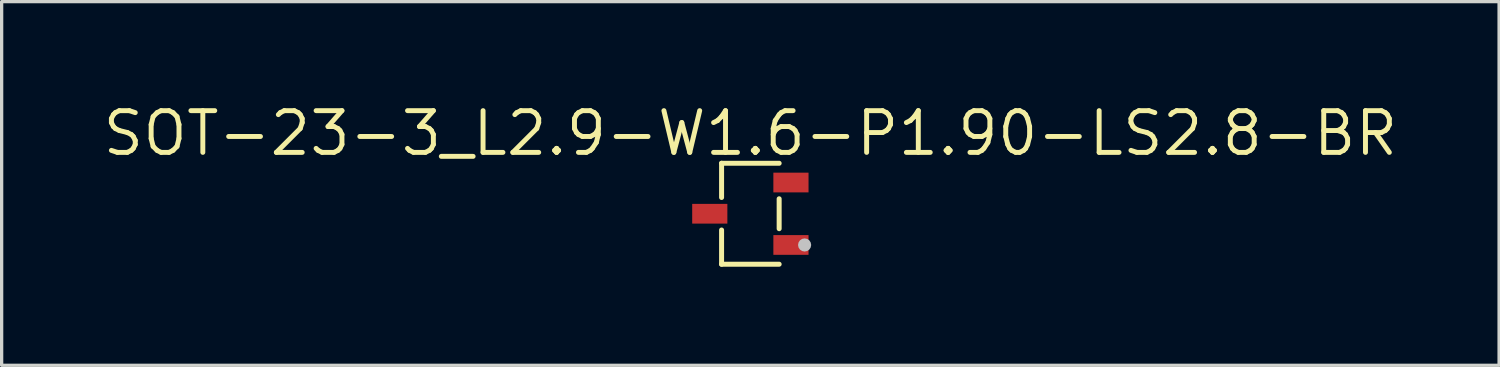
<source format=kicad_pcb>
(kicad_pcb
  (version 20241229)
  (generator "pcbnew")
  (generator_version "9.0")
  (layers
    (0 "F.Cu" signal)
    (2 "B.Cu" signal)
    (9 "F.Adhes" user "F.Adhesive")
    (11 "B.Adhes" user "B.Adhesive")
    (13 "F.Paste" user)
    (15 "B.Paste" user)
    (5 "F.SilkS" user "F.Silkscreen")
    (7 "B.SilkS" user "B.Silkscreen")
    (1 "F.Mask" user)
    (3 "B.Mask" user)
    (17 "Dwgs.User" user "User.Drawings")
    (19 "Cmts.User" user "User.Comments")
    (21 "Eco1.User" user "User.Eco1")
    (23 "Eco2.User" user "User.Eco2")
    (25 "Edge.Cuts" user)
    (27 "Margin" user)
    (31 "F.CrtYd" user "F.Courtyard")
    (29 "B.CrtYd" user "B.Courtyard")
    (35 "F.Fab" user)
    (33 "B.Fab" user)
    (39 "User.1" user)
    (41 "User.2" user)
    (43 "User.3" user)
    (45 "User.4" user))
  (footprint "SOT-23-3_L2.9-W1.6-P1.90-LS2.8-BR"
    (layer "F.Cu")
    (at 19.783 3.454)
    (property "Reference" "SOT-23-3_L2.9-W1.6-P1.90-LS2.8-BR" (at 0 -2.447 0) (layer "F.SilkS") (effects (font (size 1.27 1.27) (thickness 0.15))))
    (fp_line (start -0.876 -1.536) (end -0.876 -0.495) (stroke (width 0.152) (type default)) (layer "F.SilkS"))
    (fp_line (start -0.876 1.536) (end -0.876 0.495) (stroke (width 0.152) (type default)) (layer "F.SilkS"))
    (fp_line (start 0.876 -1.536) (end -0.876 -1.536) (stroke (width 0.152) (type default)) (layer "F.SilkS"))
    (fp_line (start 0.876 -0.455) (end 0.876 0.455) (stroke (width 0.152) (type default)) (layer "F.SilkS"))
    (fp_line (start 0.876 1.536) (end -0.876 1.536) (stroke (width 0.152) (type default)) (layer "F.SilkS"))
    (fp_circle (center 1.651 0.95) (end 1.751 0.95) (stroke (width 0.2) (type default)) (fill no) (layer "Dwgs.User"))
    (fp_circle (center 1.4 1.46) (end 1.43 1.46) (stroke (width 0.06) (type default)) (fill no) (layer "User.5"))
    (pad "1" smd rect (at 1.235 0.95) (size 1.07 0.6) (layers "F.Cu" "F.Mask" "F.Paste"))
    (pad "2" smd rect (at 1.235 -0.95) (size 1.07 0.6) (layers "F.Cu" "F.Mask" "F.Paste"))
    (pad "3" smd rect (at -1.235 0) (size 1.07 0.6) (layers "F.Cu" "F.Mask" "F.Paste"))
    (zone (net_name "") (layer "User.3") (hatch edge 0.5) (priority 100) (connect_pads yes) (min_thickness 0) (filled_areas_thickness no) (fill yes) (polygon (pts (xy 18.983 4.914) (xy 18.983 1.994) (xy 20.583 1.994) (xy 20.583 4.914))) (filled_polygon (layer "User.3") (island) (pts (xy 18.983 4.914) (xy 18.983 1.994) (xy 20.583 1.994) (xy 20.583 4.914))))
    (zone (net_name "") (layer "User.4") (hatch edge 0.5) (priority 100) (connect_pads) (min_thickness 0) (filled_areas_thickness no) (keepout (tracks allowed) (vias allowed) (pads allowed) (copperpour not_allowed) (footprints allowed)) (placement (enabled no)) (fill) (polygon (pts (xy 18.823 3.654) (xy 18.823 3.254) (xy 18.993 3.254) (xy 18.993 3.654))))
    (zone (net_name "") (layer "User.4") (hatch edge 0.5) (priority 100) (connect_pads yes) (min_thickness 0) (filled_areas_thickness no) (fill yes) (polygon (pts (xy 18.833 3.654) (xy 18.833 3.254) (xy 18.383 3.254) (xy 18.383 3.654))) (filled_polygon (layer "User.4") (island) (pts (xy 18.833 3.654) (xy 18.833 3.254) (xy 18.383 3.254) (xy 18.383 3.654))))
    (zone (net_name "") (layer "User.4") (hatch edge 0.5) (priority 100) (connect_pads) (min_thickness 0) (filled_areas_thickness no) (keepout (tracks allowed) (vias allowed) (pads allowed) (copperpour not_allowed) (footprints allowed)) (placement (enabled no)) (fill) (polygon (pts (xy 20.573 2.704) (xy 20.573 2.304) (xy 20.743 2.304) (xy 20.743 2.704))))
    (zone (net_name "") (layer "User.4") (hatch edge 0.5) (priority 100) (connect_pads) (min_thickness 0) (filled_areas_thickness no) (keepout (tracks allowed) (vias allowed) (pads allowed) (copperpour not_allowed) (footprints allowed)) (placement (enabled no)) (fill) (polygon (pts (xy 20.573 4.604) (xy 20.573 4.204) (xy 20.743 4.204) (xy 20.743 4.604))))
    (zone (net_name "") (layer "User.4") (hatch edge 0.5) (priority 100) (connect_pads yes) (min_thickness 0) (filled_areas_thickness no) (fill yes) (polygon (pts (xy 20.733 2.704) (xy 20.733 2.304) (xy 21.183 2.304) (xy 21.183 2.704))) (filled_polygon (layer "User.4") (island) (pts (xy 20.733 2.704) (xy 20.733 2.304) (xy 21.183 2.304) (xy 21.183 2.704))))
    (zone (net_name "") (layer "User.4") (hatch edge 0.5) (priority 100) (connect_pads yes) (min_thickness 0) (filled_areas_thickness no) (fill yes) (polygon (pts (xy 20.733 4.604) (xy 20.733 4.204) (xy 21.183 4.204) (xy 21.183 4.604))) (filled_polygon (layer "User.4") (island) (pts (xy 20.733 4.604) (xy 20.733 4.204) (xy 21.183 4.204) (xy 21.183 4.604)))))
  (gr_rect
    (start -3 -3)
    (end 42.566 8.066)
    (stroke (width 0.1) (type default))
    (fill no)
    (layer "Edge.Cuts")))
</source>
